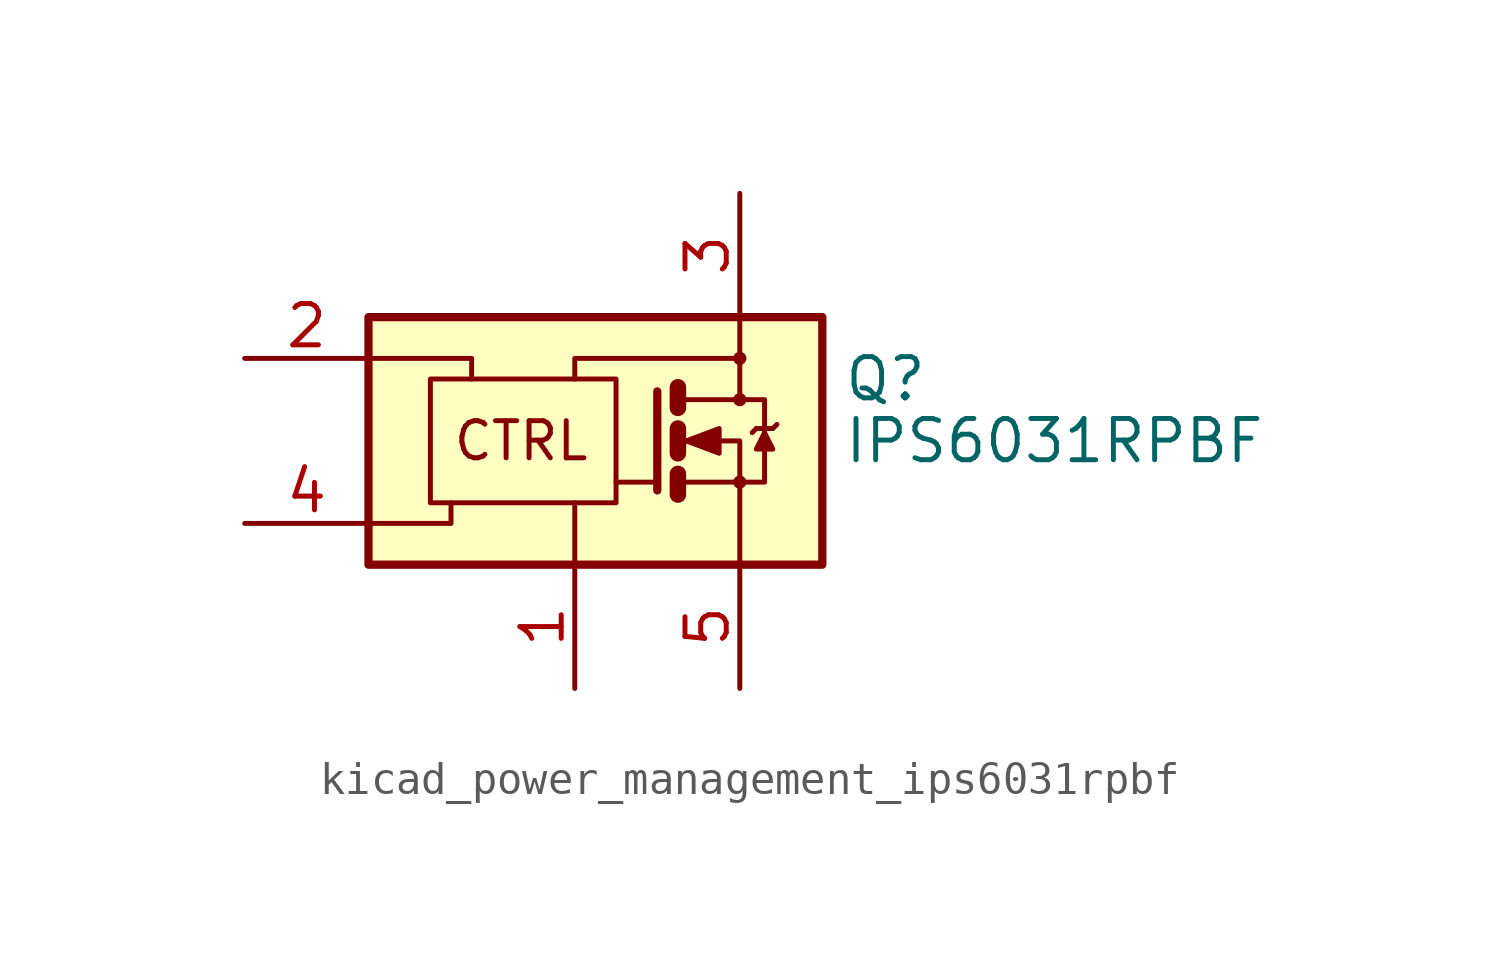
<source format=kicad_sym>
(kicad_symbol_lib
  (version 20220914)
  (generator kicad_symbol_editor)
  (symbol "kicad_power_management_ips6031rpbf"
    (pin_names
      (offset 0) hide)
    (property "Reference" "Q"
      (at 8.255 1.905 0)
      (effects (font (size 1.27 1.27)) (justify left)))
    (property "Value" "IPS6031RPBF"
      (at 8.255 0 0)
      (effects (font (size 1.27 1.27)) (justify left)))
    (symbol "kicad_power_management_ips6031rpbf_0_0"
      (rectangle (start -6.35 3.81) (end 7.62 -3.81) (stroke (width 0.254) (type default)) (fill (type background)))
      (polyline (pts (xy 0 -3.81) (xy 0 -1.905)) (stroke (width 0) (type default)) (fill (type none)))
      (polyline (pts (xy -6.35 -2.54) (xy -3.81 -2.54) (xy -3.81 -1.905)) (stroke (width 0) (type default)) (fill (type none)))
      (polyline (pts (xy -6.35 2.54) (xy -3.175 2.54) (xy -3.175 1.905)) (stroke (width 0) (type default)) (fill (type none)))
      (polyline (pts (xy 0 1.905) (xy 0 2.54) (xy 5.08 2.54)) (stroke (width 0) (type default)) (fill (type none)))
      (circle (center 5.08 2.54) (radius 0.127) (stroke (width 0) (type default)) (fill (type none)))
      (text "CTRL" (at -1.651 0 0) (effects (font (size 1.143 1.143)))))
    (symbol "kicad_power_management_ips6031rpbf_0_1"
      (rectangle (start -4.445 1.905) (end 1.27 -1.905) (stroke (width 0) (type default)) (fill (type none)))
      (polyline (pts (xy 2.54 -1.27) (xy 1.27 -1.27)) (stroke (width 0) (type default)) (fill (type none)))
      (polyline (pts (xy 3.175 -1.27) (xy 5.08 -1.27)) (stroke (width 0) (type default)) (fill (type none)))
      (polyline (pts (xy 3.175 -1.016) (xy 3.175 -1.651)) (stroke (width 0.508) (type default)) (fill (type none)))
      (polyline (pts (xy 3.175 0.381) (xy 3.175 -0.381)) (stroke (width 0.508) (type default)) (fill (type none)))
      (polyline (pts (xy 3.175 1.651) (xy 3.175 1.016)) (stroke (width 0.508) (type default)) (fill (type none)))
      (polyline (pts (xy 5.588 0.381) (xy 5.461 0.254)) (stroke (width 0) (type default)) (fill (type none)))
      (polyline (pts (xy 5.588 0.381) (xy 6.096 0.381)) (stroke (width 0) (type default)) (fill (type none)))
      (polyline (pts (xy 6.096 0.381) (xy 6.223 0.508)) (stroke (width 0) (type default)) (fill (type none)))
      (polyline (pts (xy 2.54 1.524) (xy 2.54 -1.524) (xy 2.54 -1.524)) (stroke (width 0.254) (type default)) (fill (type none)))
      (polyline (pts (xy 3.175 0) (xy 5.08 0) (xy 5.08 -3.81)) (stroke (width 0) (type default)) (fill (type none)))
      (polyline (pts (xy 3.175 1.27) (xy 5.08 1.27) (xy 5.08 3.81)) (stroke (width 0) (type default)) (fill (type none)))
      (polyline (pts (xy 5.08 -1.27) (xy 5.842 -1.27) (xy 5.842 1.27) (xy 5.08 1.27)) (stroke (width 0) (type default)) (fill (type none)))
      (polyline (pts (xy 5.842 0.254) (xy 5.588 -0.254) (xy 6.096 -0.254) (xy 5.842 0.254)) (stroke (width 0) (type default)) (fill (type outline)))
      (polyline (pts (xy 3.429 0) (xy 4.445 0.381) (xy 4.445 -0.381) (xy 3.429 0) (xy 3.556 0) (xy 3.556 0)) (stroke (width 0) (type default)) (fill (type outline)))
      (circle (center 5.08 -1.27) (radius 0.127) (stroke (width 0) (type default)) (fill (type none)))
      (circle (center 5.08 1.27) (radius 0.127) (stroke (width 0) (type default)) (fill (type none))))
    (symbol "kicad_power_management_ips6031rpbf_1_1"
      (pin power_in line (at 0 -7.62 90) (length 3.81) (name "GND" (effects (font (size 1.27 1.27)))) (number "1" (effects (font (size 1.27 1.27)))))
      (pin input line (at -10.16 2.54 0) (length 3.81) (name "IN" (effects (font (size 1.27 1.27)))) (number "2" (effects (font (size 1.27 1.27)))))
      (pin power_in line (at 5.08 7.62 270) (length 3.81) (name "VCC" (effects (font (size 1.27 1.27)))) (number "3" (effects (font (size 1.27 1.27)))))
      (pin bidirectional line (at -10.16 -2.54 0) (length 3.81) (name "DG" (effects (font (size 1.27 1.27)))) (number "4" (effects (font (size 1.27 1.27)))))
      (pin output line (at 5.08 -7.62 90) (length 3.81) (name "OUT" (effects (font (size 1.27 1.27)))) (number "5" (effects (font (size 1.27 1.27))))))))
</source>
